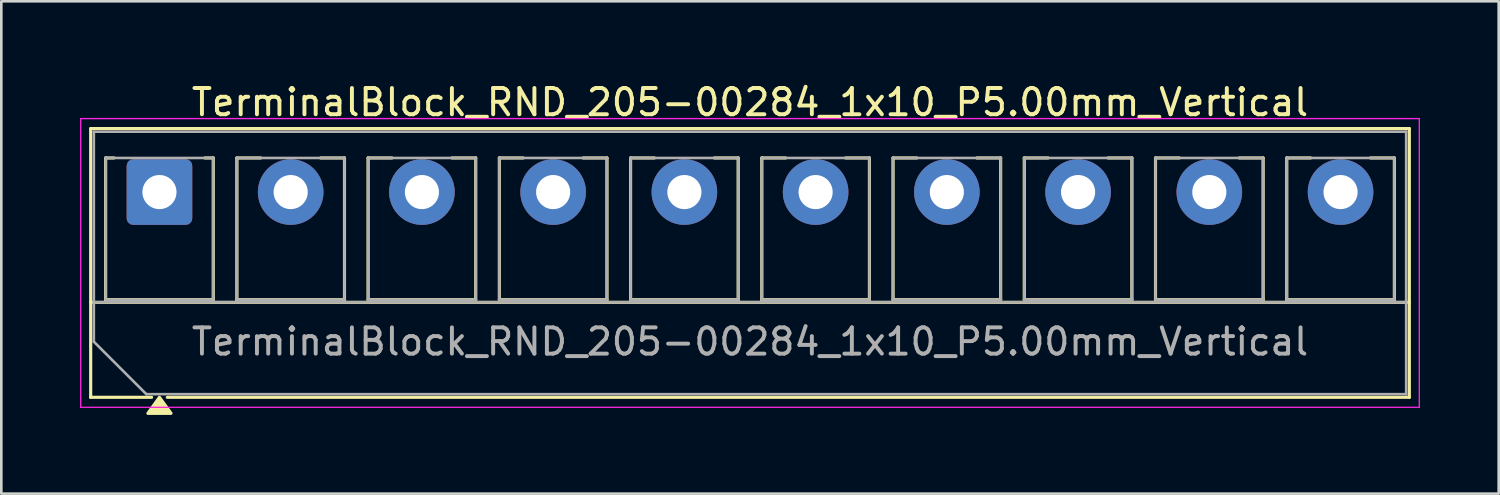
<source format=kicad_pcb>
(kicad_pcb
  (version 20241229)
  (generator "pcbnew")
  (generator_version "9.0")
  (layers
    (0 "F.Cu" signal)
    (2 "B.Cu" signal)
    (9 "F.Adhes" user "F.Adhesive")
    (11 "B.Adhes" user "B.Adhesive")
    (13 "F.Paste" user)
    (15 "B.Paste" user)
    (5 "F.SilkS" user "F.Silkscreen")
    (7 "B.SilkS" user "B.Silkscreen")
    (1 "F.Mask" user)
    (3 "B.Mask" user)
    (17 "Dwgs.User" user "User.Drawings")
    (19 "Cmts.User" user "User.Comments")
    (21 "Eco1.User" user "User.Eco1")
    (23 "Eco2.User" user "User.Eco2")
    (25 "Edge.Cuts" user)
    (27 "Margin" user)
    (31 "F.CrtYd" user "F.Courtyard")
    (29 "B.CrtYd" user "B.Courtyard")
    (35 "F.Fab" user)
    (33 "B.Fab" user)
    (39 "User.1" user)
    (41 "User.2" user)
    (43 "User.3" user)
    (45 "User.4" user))
  (footprint "TerminalBlock_RND_205-00284_1x10_P5.00mm_Vertical"
    (layer "F.Cu")
    (at 3.025 4.268)
    (property "Reference" "TerminalBlock_RND_205-00284_1x10_P5.00mm_Vertical" (at 22.5 -3.42 0) (layer "F.SilkS") (effects (font (size 1 1) (thickness 0.15))))
    (attr through_hole)
    (fp_line (start -2.62 -2.42) (end 47.62 -2.42) (stroke (width 0.12) (type solid)) (layer "F.SilkS"))
    (fp_line (start -2.62 4.2) (end 47.62 4.2) (stroke (width 0.12) (type solid)) (layer "F.SilkS"))
    (fp_line (start -2.62 7.82) (end -2.62 -2.42) (stroke (width 0.12) (type solid)) (layer "F.SilkS"))
    (fp_line (start -2.05 -1.3) (end -1.73 -1.3) (stroke (width 0.12) (type solid)) (layer "F.SilkS"))
    (fp_line (start -2.05 4.1) (end -2.05 -1.3) (stroke (width 0.12) (type solid)) (layer "F.SilkS"))
    (fp_line (start -0.3 7.82) (end -2.62 7.82) (stroke (width 0.12) (type solid)) (layer "F.SilkS"))
    (fp_line (start 1.73 -1.3) (end 2.05 -1.3) (stroke (width 0.12) (type solid)) (layer "F.SilkS"))
    (fp_line (start 2.05 -1.3) (end 2.05 4.1) (stroke (width 0.12) (type solid)) (layer "F.SilkS"))
    (fp_line (start 2.05 4.1) (end -2.05 4.1) (stroke (width 0.12) (type solid)) (layer "F.SilkS"))
    (fp_line (start 2.95 -1.3) (end 3.859 -1.3) (stroke (width 0.12) (type solid)) (layer "F.SilkS"))
    (fp_line (start 2.95 4.1) (end 2.95 -1.3) (stroke (width 0.12) (type solid)) (layer "F.SilkS"))
    (fp_line (start 6.141 -1.3) (end 7.05 -1.3) (stroke (width 0.12) (type solid)) (layer "F.SilkS"))
    (fp_line (start 7.05 -1.3) (end 7.05 4.1) (stroke (width 0.12) (type solid)) (layer "F.SilkS"))
    (fp_line (start 7.05 4.1) (end 2.95 4.1) (stroke (width 0.12) (type solid)) (layer "F.SilkS"))
    (fp_line (start 7.95 -1.3) (end 8.859 -1.3) (stroke (width 0.12) (type solid)) (layer "F.SilkS"))
    (fp_line (start 7.95 4.1) (end 7.95 -1.3) (stroke (width 0.12) (type solid)) (layer "F.SilkS"))
    (fp_line (start 11.141 -1.3) (end 12.05 -1.3) (stroke (width 0.12) (type solid)) (layer "F.SilkS"))
    (fp_line (start 12.05 -1.3) (end 12.05 4.1) (stroke (width 0.12) (type solid)) (layer "F.SilkS"))
    (fp_line (start 12.05 4.1) (end 7.95 4.1) (stroke (width 0.12) (type solid)) (layer "F.SilkS"))
    (fp_line (start 12.95 -1.3) (end 13.859 -1.3) (stroke (width 0.12) (type solid)) (layer "F.SilkS"))
    (fp_line (start 12.95 4.1) (end 12.95 -1.3) (stroke (width 0.12) (type solid)) (layer "F.SilkS"))
    (fp_line (start 16.141 -1.3) (end 17.05 -1.3) (stroke (width 0.12) (type solid)) (layer "F.SilkS"))
    (fp_line (start 17.05 -1.3) (end 17.05 4.1) (stroke (width 0.12) (type solid)) (layer "F.SilkS"))
    (fp_line (start 17.05 4.1) (end 12.95 4.1) (stroke (width 0.12) (type solid)) (layer "F.SilkS"))
    (fp_line (start 17.95 -1.3) (end 18.859 -1.3) (stroke (width 0.12) (type solid)) (layer "F.SilkS"))
    (fp_line (start 17.95 4.1) (end 17.95 -1.3) (stroke (width 0.12) (type solid)) (layer "F.SilkS"))
    (fp_line (start 21.141 -1.3) (end 22.05 -1.3) (stroke (width 0.12) (type solid)) (layer "F.SilkS"))
    (fp_line (start 22.05 -1.3) (end 22.05 4.1) (stroke (width 0.12) (type solid)) (layer "F.SilkS"))
    (fp_line (start 22.05 4.1) (end 17.95 4.1) (stroke (width 0.12) (type solid)) (layer "F.SilkS"))
    (fp_line (start 22.95 -1.3) (end 23.859 -1.3) (stroke (width 0.12) (type solid)) (layer "F.SilkS"))
    (fp_line (start 22.95 4.1) (end 22.95 -1.3) (stroke (width 0.12) (type solid)) (layer "F.SilkS"))
    (fp_line (start 26.141 -1.3) (end 27.05 -1.3) (stroke (width 0.12) (type solid)) (layer "F.SilkS"))
    (fp_line (start 27.05 -1.3) (end 27.05 4.1) (stroke (width 0.12) (type solid)) (layer "F.SilkS"))
    (fp_line (start 27.05 4.1) (end 22.95 4.1) (stroke (width 0.12) (type solid)) (layer "F.SilkS"))
    (fp_line (start 27.95 -1.3) (end 28.859 -1.3) (stroke (width 0.12) (type solid)) (layer "F.SilkS"))
    (fp_line (start 27.95 4.1) (end 27.95 -1.3) (stroke (width 0.12) (type solid)) (layer "F.SilkS"))
    (fp_line (start 31.141 -1.3) (end 32.05 -1.3) (stroke (width 0.12) (type solid)) (layer "F.SilkS"))
    (fp_line (start 32.05 -1.3) (end 32.05 4.1) (stroke (width 0.12) (type solid)) (layer "F.SilkS"))
    (fp_line (start 32.05 4.1) (end 27.95 4.1) (stroke (width 0.12) (type solid)) (layer "F.SilkS"))
    (fp_line (start 32.95 -1.3) (end 33.859 -1.3) (stroke (width 0.12) (type solid)) (layer "F.SilkS"))
    (fp_line (start 32.95 4.1) (end 32.95 -1.3) (stroke (width 0.12) (type solid)) (layer "F.SilkS"))
    (fp_line (start 36.141 -1.3) (end 37.05 -1.3) (stroke (width 0.12) (type solid)) (layer "F.SilkS"))
    (fp_line (start 37.05 -1.3) (end 37.05 4.1) (stroke (width 0.12) (type solid)) (layer "F.SilkS"))
    (fp_line (start 37.05 4.1) (end 32.95 4.1) (stroke (width 0.12) (type solid)) (layer "F.SilkS"))
    (fp_line (start 37.95 -1.3) (end 38.859 -1.3) (stroke (width 0.12) (type solid)) (layer "F.SilkS"))
    (fp_line (start 37.95 4.1) (end 37.95 -1.3) (stroke (width 0.12) (type solid)) (layer "F.SilkS"))
    (fp_line (start 41.141 -1.3) (end 42.05 -1.3) (stroke (width 0.12) (type solid)) (layer "F.SilkS"))
    (fp_line (start 42.05 -1.3) (end 42.05 4.1) (stroke (width 0.12) (type solid)) (layer "F.SilkS"))
    (fp_line (start 42.05 4.1) (end 37.95 4.1) (stroke (width 0.12) (type solid)) (layer "F.SilkS"))
    (fp_line (start 42.95 -1.3) (end 43.859 -1.3) (stroke (width 0.12) (type solid)) (layer "F.SilkS"))
    (fp_line (start 42.95 4.1) (end 42.95 -1.3) (stroke (width 0.12) (type solid)) (layer "F.SilkS"))
    (fp_line (start 46.141 -1.3) (end 47.05 -1.3) (stroke (width 0.12) (type solid)) (layer "F.SilkS"))
    (fp_line (start 47.05 -1.3) (end 47.05 4.1) (stroke (width 0.12) (type solid)) (layer "F.SilkS"))
    (fp_line (start 47.05 4.1) (end 42.95 4.1) (stroke (width 0.12) (type solid)) (layer "F.SilkS"))
    (fp_line (start 47.62 -2.42) (end 47.62 7.82) (stroke (width 0.12) (type solid)) (layer "F.SilkS"))
    (fp_line (start 47.62 7.82) (end 0.3 7.82) (stroke (width 0.12) (type solid)) (layer "F.SilkS"))
    (fp_poly (pts (xy 0 7.82) (xy 0.44 8.43) (xy -0.44 8.43)) (stroke (width 0.12) (type solid)) (fill yes) (layer "F.SilkS"))
    (fp_line (start -3 -2.8) (end -3 8.2) (stroke (width 0.05) (type solid)) (layer "F.CrtYd"))
    (fp_line (start -3 8.2) (end 48 8.2) (stroke (width 0.05) (type solid)) (layer "F.CrtYd"))
    (fp_line (start 48 -2.8) (end -3 -2.8) (stroke (width 0.05) (type solid)) (layer "F.CrtYd"))
    (fp_line (start 48 8.2) (end 48 -2.8) (stroke (width 0.05) (type solid)) (layer "F.CrtYd"))
    (fp_line (start -2.5 -2.3) (end 47.5 -2.3) (stroke (width 0.1) (type solid)) (layer "F.Fab"))
    (fp_line (start -2.5 4.2) (end 47.5 4.2) (stroke (width 0.1) (type solid)) (layer "F.Fab"))
    (fp_line (start -2.5 5.7) (end -2.5 -2.3) (stroke (width 0.1) (type solid)) (layer "F.Fab"))
    (fp_line (start -2.05 -1.3) (end -2.05 4.1) (stroke (width 0.1) (type solid)) (layer "F.Fab"))
    (fp_line (start -2.05 4.1) (end 2.05 4.1) (stroke (width 0.1) (type solid)) (layer "F.Fab"))
    (fp_line (start -0.5 7.7) (end -2.5 5.7) (stroke (width 0.1) (type solid)) (layer "F.Fab"))
    (fp_line (start 2.05 -1.3) (end -2.05 -1.3) (stroke (width 0.1) (type solid)) (layer "F.Fab"))
    (fp_line (start 2.05 4.1) (end 2.05 -1.3) (stroke (width 0.1) (type solid)) (layer "F.Fab"))
    (fp_line (start 2.95 -1.3) (end 2.95 4.1) (stroke (width 0.1) (type solid)) (layer "F.Fab"))
    (fp_line (start 2.95 4.1) (end 7.05 4.1) (stroke (width 0.1) (type solid)) (layer "F.Fab"))
    (fp_line (start 7.05 -1.3) (end 2.95 -1.3) (stroke (width 0.1) (type solid)) (layer "F.Fab"))
    (fp_line (start 7.05 4.1) (end 7.05 -1.3) (stroke (width 0.1) (type solid)) (layer "F.Fab"))
    (fp_line (start 7.95 -1.3) (end 7.95 4.1) (stroke (width 0.1) (type solid)) (layer "F.Fab"))
    (fp_line (start 7.95 4.1) (end 12.05 4.1) (stroke (width 0.1) (type solid)) (layer "F.Fab"))
    (fp_line (start 12.05 -1.3) (end 7.95 -1.3) (stroke (width 0.1) (type solid)) (layer "F.Fab"))
    (fp_line (start 12.05 4.1) (end 12.05 -1.3) (stroke (width 0.1) (type solid)) (layer "F.Fab"))
    (fp_line (start 12.95 -1.3) (end 12.95 4.1) (stroke (width 0.1) (type solid)) (layer "F.Fab"))
    (fp_line (start 12.95 4.1) (end 17.05 4.1) (stroke (width 0.1) (type solid)) (layer "F.Fab"))
    (fp_line (start 17.05 -1.3) (end 12.95 -1.3) (stroke (width 0.1) (type solid)) (layer "F.Fab"))
    (fp_line (start 17.05 4.1) (end 17.05 -1.3) (stroke (width 0.1) (type solid)) (layer "F.Fab"))
    (fp_line (start 17.95 -1.3) (end 17.95 4.1) (stroke (width 0.1) (type solid)) (layer "F.Fab"))
    (fp_line (start 17.95 4.1) (end 22.05 4.1) (stroke (width 0.1) (type solid)) (layer "F.Fab"))
    (fp_line (start 22.05 -1.3) (end 17.95 -1.3) (stroke (width 0.1) (type solid)) (layer "F.Fab"))
    (fp_line (start 22.05 4.1) (end 22.05 -1.3) (stroke (width 0.1) (type solid)) (layer "F.Fab"))
    (fp_line (start 22.95 -1.3) (end 22.95 4.1) (stroke (width 0.1) (type solid)) (layer "F.Fab"))
    (fp_line (start 22.95 4.1) (end 27.05 4.1) (stroke (width 0.1) (type solid)) (layer "F.Fab"))
    (fp_line (start 27.05 -1.3) (end 22.95 -1.3) (stroke (width 0.1) (type solid)) (layer "F.Fab"))
    (fp_line (start 27.05 4.1) (end 27.05 -1.3) (stroke (width 0.1) (type solid)) (layer "F.Fab"))
    (fp_line (start 27.95 -1.3) (end 27.95 4.1) (stroke (width 0.1) (type solid)) (layer "F.Fab"))
    (fp_line (start 27.95 4.1) (end 32.05 4.1) (stroke (width 0.1) (type solid)) (layer "F.Fab"))
    (fp_line (start 32.05 -1.3) (end 27.95 -1.3) (stroke (width 0.1) (type solid)) (layer "F.Fab"))
    (fp_line (start 32.05 4.1) (end 32.05 -1.3) (stroke (width 0.1) (type solid)) (layer "F.Fab"))
    (fp_line (start 32.95 -1.3) (end 32.95 4.1) (stroke (width 0.1) (type solid)) (layer "F.Fab"))
    (fp_line (start 32.95 4.1) (end 37.05 4.1) (stroke (width 0.1) (type solid)) (layer "F.Fab"))
    (fp_line (start 37.05 -1.3) (end 32.95 -1.3) (stroke (width 0.1) (type solid)) (layer "F.Fab"))
    (fp_line (start 37.05 4.1) (end 37.05 -1.3) (stroke (width 0.1) (type solid)) (layer "F.Fab"))
    (fp_line (start 37.95 -1.3) (end 37.95 4.1) (stroke (width 0.1) (type solid)) (layer "F.Fab"))
    (fp_line (start 37.95 4.1) (end 42.05 4.1) (stroke (width 0.1) (type solid)) (layer "F.Fab"))
    (fp_line (start 42.05 -1.3) (end 37.95 -1.3) (stroke (width 0.1) (type solid)) (layer "F.Fab"))
    (fp_line (start 42.05 4.1) (end 42.05 -1.3) (stroke (width 0.1) (type solid)) (layer "F.Fab"))
    (fp_line (start 42.95 -1.3) (end 42.95 4.1) (stroke (width 0.1) (type solid)) (layer "F.Fab"))
    (fp_line (start 42.95 4.1) (end 47.05 4.1) (stroke (width 0.1) (type solid)) (layer "F.Fab"))
    (fp_line (start 47.05 -1.3) (end 42.95 -1.3) (stroke (width 0.1) (type solid)) (layer "F.Fab"))
    (fp_line (start 47.05 4.1) (end 47.05 -1.3) (stroke (width 0.1) (type solid)) (layer "F.Fab"))
    (fp_line (start 47.5 -2.3) (end 47.5 7.7) (stroke (width 0.1) (type solid)) (layer "F.Fab"))
    (fp_line (start 47.5 7.7) (end -0.5 7.7) (stroke (width 0.1) (type solid)) (layer "F.Fab"))
    (fp_text user "${REFERENCE}" (at 22.5 5.7 0) (layer "F.Fab") (effects (font (size 1 1) (thickness 0.15))))
    (pad "1" thru_hole roundrect (at 0 0) (size 2.5 2.5) (drill 1.3) (layers "*.Cu" "*.Mask") (roundrect_rratio 0.1))
    (pad "2" thru_hole circle (at 5 0) (size 2.5 2.5) (drill 1.3) (layers "*.Cu" "*.Mask"))
    (pad "3" thru_hole circle (at 10 0) (size 2.5 2.5) (drill 1.3) (layers "*.Cu" "*.Mask"))
    (pad "4" thru_hole circle (at 15 0) (size 2.5 2.5) (drill 1.3) (layers "*.Cu" "*.Mask"))
    (pad "5" thru_hole circle (at 20 0) (size 2.5 2.5) (drill 1.3) (layers "*.Cu" "*.Mask"))
    (pad "6" thru_hole circle (at 25 0) (size 2.5 2.5) (drill 1.3) (layers "*.Cu" "*.Mask"))
    (pad "7" thru_hole circle (at 30 0) (size 2.5 2.5) (drill 1.3) (layers "*.Cu" "*.Mask"))
    (pad "8" thru_hole circle (at 35 0) (size 2.5 2.5) (drill 1.3) (layers "*.Cu" "*.Mask"))
    (pad "9" thru_hole circle (at 40 0) (size 2.5 2.5) (drill 1.3) (layers "*.Cu" "*.Mask"))
    (pad "10" thru_hole circle (at 45 0) (size 2.5 2.5) (drill 1.3) (layers "*.Cu" "*.Mask")))
  (gr_rect
    (start -3 -3)
    (end 54.05 15.758)
    (stroke (width 0.1) (type default))
    (fill no)
    (layer "Edge.Cuts")))
</source>
